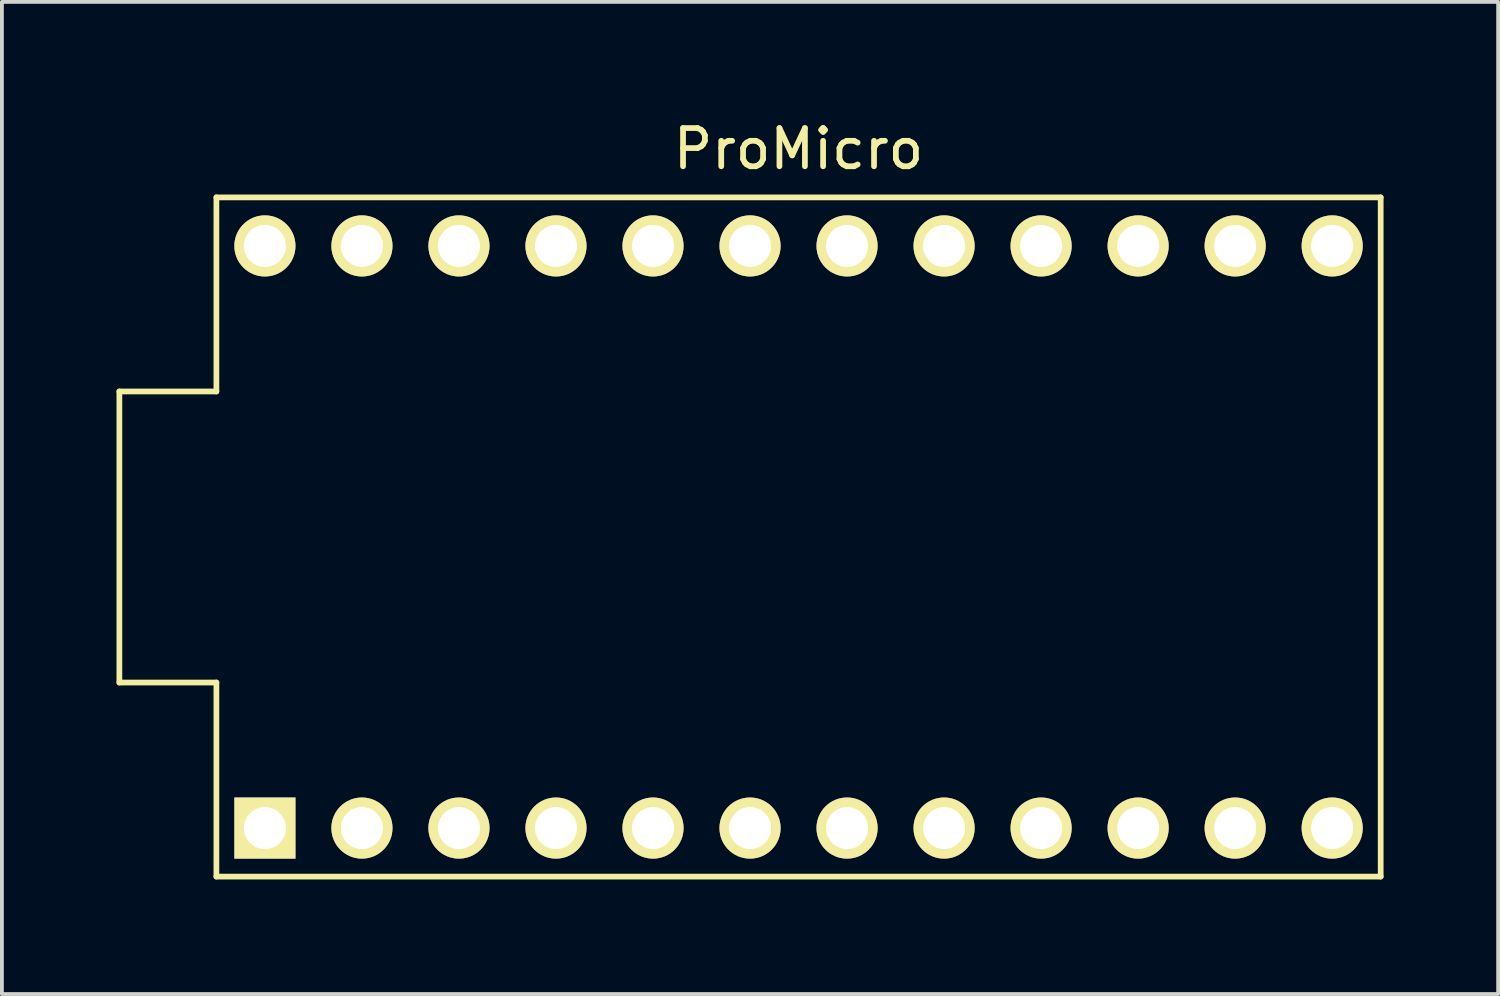
<source format=kicad_pcb>
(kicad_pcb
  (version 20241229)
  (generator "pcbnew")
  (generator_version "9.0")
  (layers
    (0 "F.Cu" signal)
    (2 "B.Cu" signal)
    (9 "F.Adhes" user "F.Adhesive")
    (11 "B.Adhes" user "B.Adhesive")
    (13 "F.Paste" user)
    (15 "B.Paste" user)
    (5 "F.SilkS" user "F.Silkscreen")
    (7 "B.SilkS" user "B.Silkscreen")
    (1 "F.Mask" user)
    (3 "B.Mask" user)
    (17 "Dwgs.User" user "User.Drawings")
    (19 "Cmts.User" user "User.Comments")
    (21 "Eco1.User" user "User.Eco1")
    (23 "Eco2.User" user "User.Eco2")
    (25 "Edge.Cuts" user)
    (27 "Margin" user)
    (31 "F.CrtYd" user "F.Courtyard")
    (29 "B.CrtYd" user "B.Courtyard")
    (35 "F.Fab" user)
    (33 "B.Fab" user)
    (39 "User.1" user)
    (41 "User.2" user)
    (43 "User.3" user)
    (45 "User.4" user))
  (footprint "ProMicro"
    (layer "F.Cu")
    (at 17.855 11.008)
    (property "Reference" "ProMicro" (at 0 -10.16 0) (layer "F.SilkS") (effects (font (size 1 1) (thickness 0.15))))
    (attr through_hole)
    (fp_line (start -17.78 -3.81) (end -15.24 -3.81) (stroke (width 0.15) (type solid)) (layer "F.SilkS"))
    (fp_line (start -17.78 3.81) (end -17.78 -3.81) (stroke (width 0.15) (type solid)) (layer "F.SilkS"))
    (fp_line (start -15.24 -8.89) (end 15.24 -8.89) (stroke (width 0.15) (type solid)) (layer "F.SilkS"))
    (fp_line (start -15.24 -3.81) (end -15.24 -8.89) (stroke (width 0.15) (type solid)) (layer "F.SilkS"))
    (fp_line (start -15.24 3.81) (end -17.78 3.81) (stroke (width 0.15) (type solid)) (layer "F.SilkS"))
    (fp_line (start -15.24 8.89) (end -15.24 3.81) (stroke (width 0.15) (type solid)) (layer "F.SilkS"))
    (fp_line (start -15.24 8.89) (end 15.24 8.89) (stroke (width 0.15) (type solid)) (layer "F.SilkS"))
    (fp_line (start 15.24 -8.89) (end 15.24 8.89) (stroke (width 0.15) (type solid)) (layer "F.SilkS"))
    (pad "1" thru_hole rect (at -13.97 7.62) (size 1.6 1.6) (drill 1.1) (layers "*.Cu" "*.Mask" "F.SilkS"))
    (pad "2" thru_hole circle (at -11.43 7.62) (size 1.6 1.6) (drill 1.1) (layers "*.Cu" "*.Mask" "F.SilkS"))
    (pad "3" thru_hole circle (at -8.89 7.62) (size 1.6 1.6) (drill 1.1) (layers "*.Cu" "*.Mask" "F.SilkS"))
    (pad "4" thru_hole circle (at -6.35 7.62) (size 1.6 1.6) (drill 1.1) (layers "*.Cu" "*.Mask" "F.SilkS"))
    (pad "5" thru_hole circle (at -3.81 7.62) (size 1.6 1.6) (drill 1.1) (layers "*.Cu" "*.Mask" "F.SilkS"))
    (pad "6" thru_hole circle (at -1.27 7.62) (size 1.6 1.6) (drill 1.1) (layers "*.Cu" "*.Mask" "F.SilkS"))
    (pad "7" thru_hole circle (at 1.27 7.62) (size 1.6 1.6) (drill 1.1) (layers "*.Cu" "*.Mask" "F.SilkS"))
    (pad "8" thru_hole circle (at 3.81 7.62) (size 1.6 1.6) (drill 1.1) (layers "*.Cu" "*.Mask" "F.SilkS"))
    (pad "9" thru_hole circle (at 6.35 7.62) (size 1.6 1.6) (drill 1.1) (layers "*.Cu" "*.Mask" "F.SilkS"))
    (pad "10" thru_hole circle (at 8.89 7.62) (size 1.6 1.6) (drill 1.1) (layers "*.Cu" "*.Mask" "F.SilkS"))
    (pad "11" thru_hole circle (at 11.43 7.62) (size 1.6 1.6) (drill 1.1) (layers "*.Cu" "*.Mask" "F.SilkS"))
    (pad "12" thru_hole circle (at 13.97 7.62) (size 1.6 1.6) (drill 1.1) (layers "*.Cu" "*.Mask" "F.SilkS"))
    (pad "13" thru_hole circle (at 13.97 -7.62) (size 1.6 1.6) (drill 1.1) (layers "*.Cu" "*.Mask" "F.SilkS"))
    (pad "14" thru_hole circle (at 11.43 -7.62) (size 1.6 1.6) (drill 1.1) (layers "*.Cu" "*.Mask" "F.SilkS"))
    (pad "15" thru_hole circle (at 8.89 -7.62) (size 1.6 1.6) (drill 1.1) (layers "*.Cu" "*.Mask" "F.SilkS"))
    (pad "16" thru_hole circle (at 6.35 -7.62) (size 1.6 1.6) (drill 1.1) (layers "*.Cu" "*.Mask" "F.SilkS"))
    (pad "17" thru_hole circle (at 3.81 -7.62) (size 1.6 1.6) (drill 1.1) (layers "*.Cu" "*.Mask" "F.SilkS"))
    (pad "18" thru_hole circle (at 1.27 -7.62) (size 1.6 1.6) (drill 1.1) (layers "*.Cu" "*.Mask" "F.SilkS"))
    (pad "19" thru_hole circle (at -1.27 -7.62) (size 1.6 1.6) (drill 1.1) (layers "*.Cu" "*.Mask" "F.SilkS"))
    (pad "20" thru_hole circle (at -3.81 -7.62) (size 1.6 1.6) (drill 1.1) (layers "*.Cu" "*.Mask" "F.SilkS"))
    (pad "21" thru_hole circle (at -6.35 -7.62) (size 1.6 1.6) (drill 1.1) (layers "*.Cu" "*.Mask" "F.SilkS"))
    (pad "22" thru_hole circle (at -8.89 -7.62) (size 1.6 1.6) (drill 1.1) (layers "*.Cu" "*.Mask" "F.SilkS"))
    (pad "23" thru_hole circle (at -11.43 -7.62) (size 1.6 1.6) (drill 1.1) (layers "*.Cu" "*.Mask" "F.SilkS"))
    (pad "24" thru_hole circle (at -13.97 -7.62) (size 1.6 1.6) (drill 1.1) (layers "*.Cu" "*.Mask" "F.SilkS")))
  (gr_rect
    (start -3 -3)
    (end 36.17 22.973)
    (stroke (width 0.1) (type default))
    (fill no)
    (layer "Edge.Cuts")))
</source>
